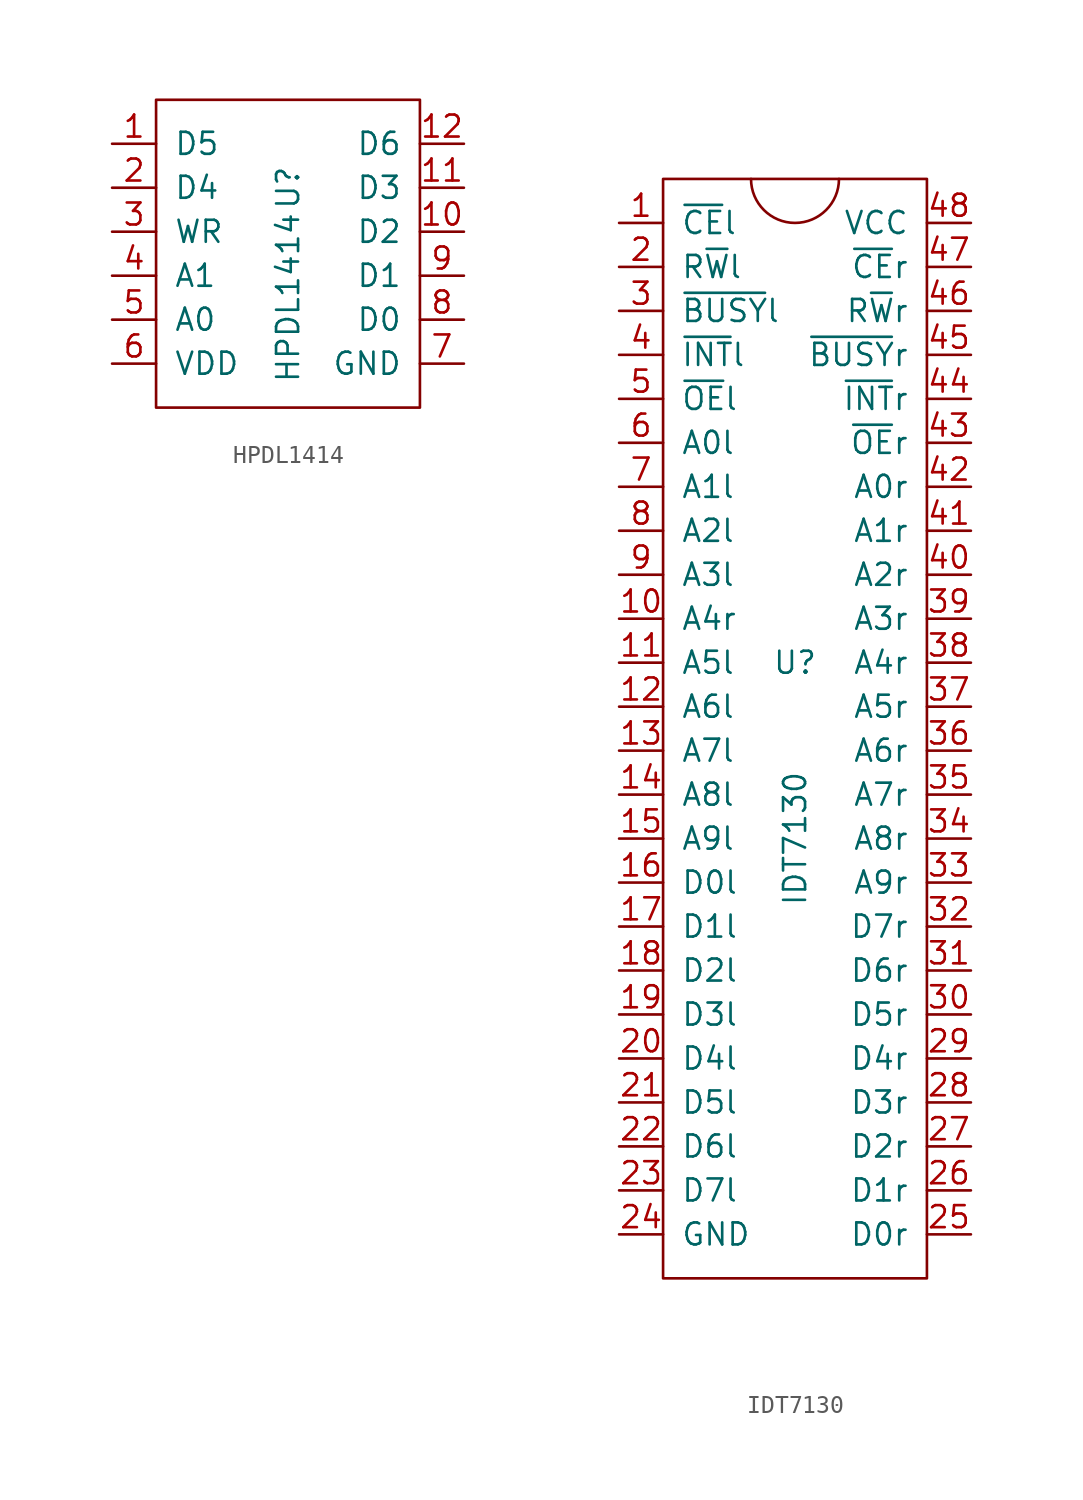
<source format=kicad_sym>
(kicad_symbol_lib
  (version 20211014)
  (generator kicad_symbol_editor)
  (symbol "HPDL1414"
    (pin_names
      (offset 1.016))
    (property "Reference" "U"
      (at 0 2.54 90)
      (effects (font (size 1.27 1.27))))
    (property "Value" "HPDL1414"
      (at 0 -3.81 90)
      (effects (font (size 1.27 1.27))))
    (symbol "HPDL1414_0_0"
      (pin input line (at -10.16 5.08 0) (length 2.54) (name "D5" (effects (font (size 1.27 1.27)))) (number "1" (effects (font (size 1.27 1.27)))))
      (pin input line (at 10.16 0 180) (length 2.54) (name "D2" (effects (font (size 1.27 1.27)))) (number "10" (effects (font (size 1.27 1.27)))))
      (pin input line (at 10.16 2.54 180) (length 2.54) (name "D3" (effects (font (size 1.27 1.27)))) (number "11" (effects (font (size 1.27 1.27)))))
      (pin input line (at 10.16 5.08 180) (length 2.54) (name "D6" (effects (font (size 1.27 1.27)))) (number "12" (effects (font (size 1.27 1.27)))))
      (pin input line (at -10.16 2.54 0) (length 2.54) (name "D4" (effects (font (size 1.27 1.27)))) (number "2" (effects (font (size 1.27 1.27)))))
      (pin input line (at -10.16 0 0) (length 2.54) (name "WR" (effects (font (size 1.27 1.27)))) (number "3" (effects (font (size 1.27 1.27)))))
      (pin input line (at -10.16 -2.54 0) (length 2.54) (name "A1" (effects (font (size 1.27 1.27)))) (number "4" (effects (font (size 1.27 1.27)))))
      (pin input line (at -10.16 -5.08 0) (length 2.54) (name "A0" (effects (font (size 1.27 1.27)))) (number "5" (effects (font (size 1.27 1.27)))))
      (pin power_in line (at -10.16 -7.62 0) (length 2.54) (name "VDD" (effects (font (size 1.27 1.27)))) (number "6" (effects (font (size 1.27 1.27)))))
      (pin power_in line (at 10.16 -7.62 180) (length 2.54) (name "GND" (effects (font (size 1.27 1.27)))) (number "7" (effects (font (size 1.27 1.27)))))
      (pin input line (at 10.16 -5.08 180) (length 2.54) (name "D0" (effects (font (size 1.27 1.27)))) (number "8" (effects (font (size 1.27 1.27)))))
      (pin input line (at 10.16 -2.54 180) (length 2.54) (name "D1" (effects (font (size 1.27 1.27)))) (number "9" (effects (font (size 1.27 1.27))))))
    (symbol "HPDL1414_0_1"
      (rectangle (start -7.62 7.62) (end 7.62 -10.16) (stroke (width 0) (type default) (color 0 0 0 0)) (fill (type none)))))
  (symbol "IDT7130"
    (pin_names
      (offset 1.016))
    (property "Reference" "U"
      (at 0 2.54 0)
      (effects (font (size 1.27 1.27))))
    (property "Value" "IDT7130"
      (at 0 -7.62 90)
      (effects (font (size 1.27 1.27))))
    (symbol "IDT7130_0_1"
      (rectangle (start -7.62 30.48) (end 7.62 -33.02) (stroke (width 0) (type default) (color 0 0 0 0)) (fill (type none)))
      (arc (start -2.54 30.48) (mid 0 27.94) (end 2.54 30.48) (stroke (width 0) (type default) (color 0 0 0 0)) (fill (type none))))
    (symbol "IDT7130_1_1"
      (pin input line (at -10.16 27.94 0) (length 2.54) (name "~{CE}l" (effects (font (size 1.27 1.27)))) (number "1" (effects (font (size 1.27 1.27)))))
      (pin input line (at -10.16 5.08 0) (length 2.54) (name "A4r" (effects (font (size 1.27 1.27)))) (number "10" (effects (font (size 1.27 1.27)))))
      (pin input line (at -10.16 2.54 0) (length 2.54) (name "A5l" (effects (font (size 1.27 1.27)))) (number "11" (effects (font (size 1.27 1.27)))))
      (pin input line (at -10.16 0 0) (length 2.54) (name "A6l" (effects (font (size 1.27 1.27)))) (number "12" (effects (font (size 1.27 1.27)))))
      (pin input line (at -10.16 -2.54 0) (length 2.54) (name "A7l" (effects (font (size 1.27 1.27)))) (number "13" (effects (font (size 1.27 1.27)))))
      (pin input line (at -10.16 -5.08 0) (length 2.54) (name "A8l" (effects (font (size 1.27 1.27)))) (number "14" (effects (font (size 1.27 1.27)))))
      (pin input line (at -10.16 -7.62 0) (length 2.54) (name "A9l" (effects (font (size 1.27 1.27)))) (number "15" (effects (font (size 1.27 1.27)))))
      (pin bidirectional line (at -10.16 -10.16 0) (length 2.54) (name "D0l" (effects (font (size 1.27 1.27)))) (number "16" (effects (font (size 1.27 1.27)))))
      (pin bidirectional line (at -10.16 -12.7 0) (length 2.54) (name "D1l" (effects (font (size 1.27 1.27)))) (number "17" (effects (font (size 1.27 1.27)))))
      (pin bidirectional line (at -10.16 -15.24 0) (length 2.54) (name "D2l" (effects (font (size 1.27 1.27)))) (number "18" (effects (font (size 1.27 1.27)))))
      (pin bidirectional line (at -10.16 -17.78 0) (length 2.54) (name "D3l" (effects (font (size 1.27 1.27)))) (number "19" (effects (font (size 1.27 1.27)))))
      (pin input line (at -10.16 25.4 0) (length 2.54) (name "R~{W}l" (effects (font (size 1.27 1.27)))) (number "2" (effects (font (size 1.27 1.27)))))
      (pin bidirectional line (at -10.16 -20.32 0) (length 2.54) (name "D4l" (effects (font (size 1.27 1.27)))) (number "20" (effects (font (size 1.27 1.27)))))
      (pin bidirectional line (at -10.16 -22.86 0) (length 2.54) (name "D5l" (effects (font (size 1.27 1.27)))) (number "21" (effects (font (size 1.27 1.27)))))
      (pin bidirectional line (at -10.16 -25.4 0) (length 2.54) (name "D6l" (effects (font (size 1.27 1.27)))) (number "22" (effects (font (size 1.27 1.27)))))
      (pin bidirectional line (at -10.16 -27.94 0) (length 2.54) (name "D7l" (effects (font (size 1.27 1.27)))) (number "23" (effects (font (size 1.27 1.27)))))
      (pin power_in line (at -10.16 -30.48 0) (length 2.54) (name "GND" (effects (font (size 1.27 1.27)))) (number "24" (effects (font (size 1.27 1.27)))))
      (pin bidirectional line (at 10.16 -30.48 180) (length 2.54) (name "D0r" (effects (font (size 1.27 1.27)))) (number "25" (effects (font (size 1.27 1.27)))))
      (pin bidirectional line (at 10.16 -27.94 180) (length 2.54) (name "D1r" (effects (font (size 1.27 1.27)))) (number "26" (effects (font (size 1.27 1.27)))))
      (pin bidirectional line (at 10.16 -25.4 180) (length 2.54) (name "D2r" (effects (font (size 1.27 1.27)))) (number "27" (effects (font (size 1.27 1.27)))))
      (pin bidirectional line (at 10.16 -22.86 180) (length 2.54) (name "D3r" (effects (font (size 1.27 1.27)))) (number "28" (effects (font (size 1.27 1.27)))))
      (pin bidirectional line (at 10.16 -20.32 180) (length 2.54) (name "D4r" (effects (font (size 1.27 1.27)))) (number "29" (effects (font (size 1.27 1.27)))))
      (pin output line (at -10.16 22.86 0) (length 2.54) (name "~{BUSY}l" (effects (font (size 1.27 1.27)))) (number "3" (effects (font (size 1.27 1.27)))))
      (pin bidirectional line (at 10.16 -17.78 180) (length 2.54) (name "D5r" (effects (font (size 1.27 1.27)))) (number "30" (effects (font (size 1.27 1.27)))))
      (pin bidirectional line (at 10.16 -15.24 180) (length 2.54) (name "D6r" (effects (font (size 1.27 1.27)))) (number "31" (effects (font (size 1.27 1.27)))))
      (pin bidirectional line (at 10.16 -12.7 180) (length 2.54) (name "D7r" (effects (font (size 1.27 1.27)))) (number "32" (effects (font (size 1.27 1.27)))))
      (pin input line (at 10.16 -10.16 180) (length 2.54) (name "A9r" (effects (font (size 1.27 1.27)))) (number "33" (effects (font (size 1.27 1.27)))))
      (pin input line (at 10.16 -7.62 180) (length 2.54) (name "A8r" (effects (font (size 1.27 1.27)))) (number "34" (effects (font (size 1.27 1.27)))))
      (pin input line (at 10.16 -5.08 180) (length 2.54) (name "A7r" (effects (font (size 1.27 1.27)))) (number "35" (effects (font (size 1.27 1.27)))))
      (pin input line (at 10.16 -2.54 180) (length 2.54) (name "A6r" (effects (font (size 1.27 1.27)))) (number "36" (effects (font (size 1.27 1.27)))))
      (pin input line (at 10.16 0 180) (length 2.54) (name "A5r" (effects (font (size 1.27 1.27)))) (number "37" (effects (font (size 1.27 1.27)))))
      (pin input line (at 10.16 2.54 180) (length 2.54) (name "A4r" (effects (font (size 1.27 1.27)))) (number "38" (effects (font (size 1.27 1.27)))))
      (pin input line (at 10.16 5.08 180) (length 2.54) (name "A3r" (effects (font (size 1.27 1.27)))) (number "39" (effects (font (size 1.27 1.27)))))
      (pin output line (at -10.16 20.32 0) (length 2.54) (name "~{INT}l" (effects (font (size 1.27 1.27)))) (number "4" (effects (font (size 1.27 1.27)))))
      (pin input line (at 10.16 7.62 180) (length 2.54) (name "A2r" (effects (font (size 1.27 1.27)))) (number "40" (effects (font (size 1.27 1.27)))))
      (pin input line (at 10.16 10.16 180) (length 2.54) (name "A1r" (effects (font (size 1.27 1.27)))) (number "41" (effects (font (size 1.27 1.27)))))
      (pin input line (at 10.16 12.7 180) (length 2.54) (name "A0r" (effects (font (size 1.27 1.27)))) (number "42" (effects (font (size 1.27 1.27)))))
      (pin input line (at 10.16 15.24 180) (length 2.54) (name "~{OE}r" (effects (font (size 1.27 1.27)))) (number "43" (effects (font (size 1.27 1.27)))))
      (pin output line (at 10.16 17.78 180) (length 2.54) (name "~{INT}r" (effects (font (size 1.27 1.27)))) (number "44" (effects (font (size 1.27 1.27)))))
      (pin output line (at 10.16 20.32 180) (length 2.54) (name "~{BUSY}r" (effects (font (size 1.27 1.27)))) (number "45" (effects (font (size 1.27 1.27)))))
      (pin input line (at 10.16 22.86 180) (length 2.54) (name "R~{W}r" (effects (font (size 1.27 1.27)))) (number "46" (effects (font (size 1.27 1.27)))))
      (pin input line (at 10.16 25.4 180) (length 2.54) (name "~{CE}r" (effects (font (size 1.27 1.27)))) (number "47" (effects (font (size 1.27 1.27)))))
      (pin power_in line (at 10.16 27.94 180) (length 2.54) (name "VCC" (effects (font (size 1.27 1.27)))) (number "48" (effects (font (size 1.27 1.27)))))
      (pin input line (at -10.16 17.78 0) (length 2.54) (name "~{OE}l" (effects (font (size 1.27 1.27)))) (number "5" (effects (font (size 1.27 1.27)))))
      (pin input line (at -10.16 15.24 0) (length 2.54) (name "A0l" (effects (font (size 1.27 1.27)))) (number "6" (effects (font (size 1.27 1.27)))))
      (pin input line (at -10.16 12.7 0) (length 2.54) (name "A1l" (effects (font (size 1.27 1.27)))) (number "7" (effects (font (size 1.27 1.27)))))
      (pin input line (at -10.16 10.16 0) (length 2.54) (name "A2l" (effects (font (size 1.27 1.27)))) (number "8" (effects (font (size 1.27 1.27)))))
      (pin input line (at -10.16 7.62 0) (length 2.54) (name "A3l" (effects (font (size 1.27 1.27)))) (number "9" (effects (font (size 1.27 1.27))))))))
</source>
